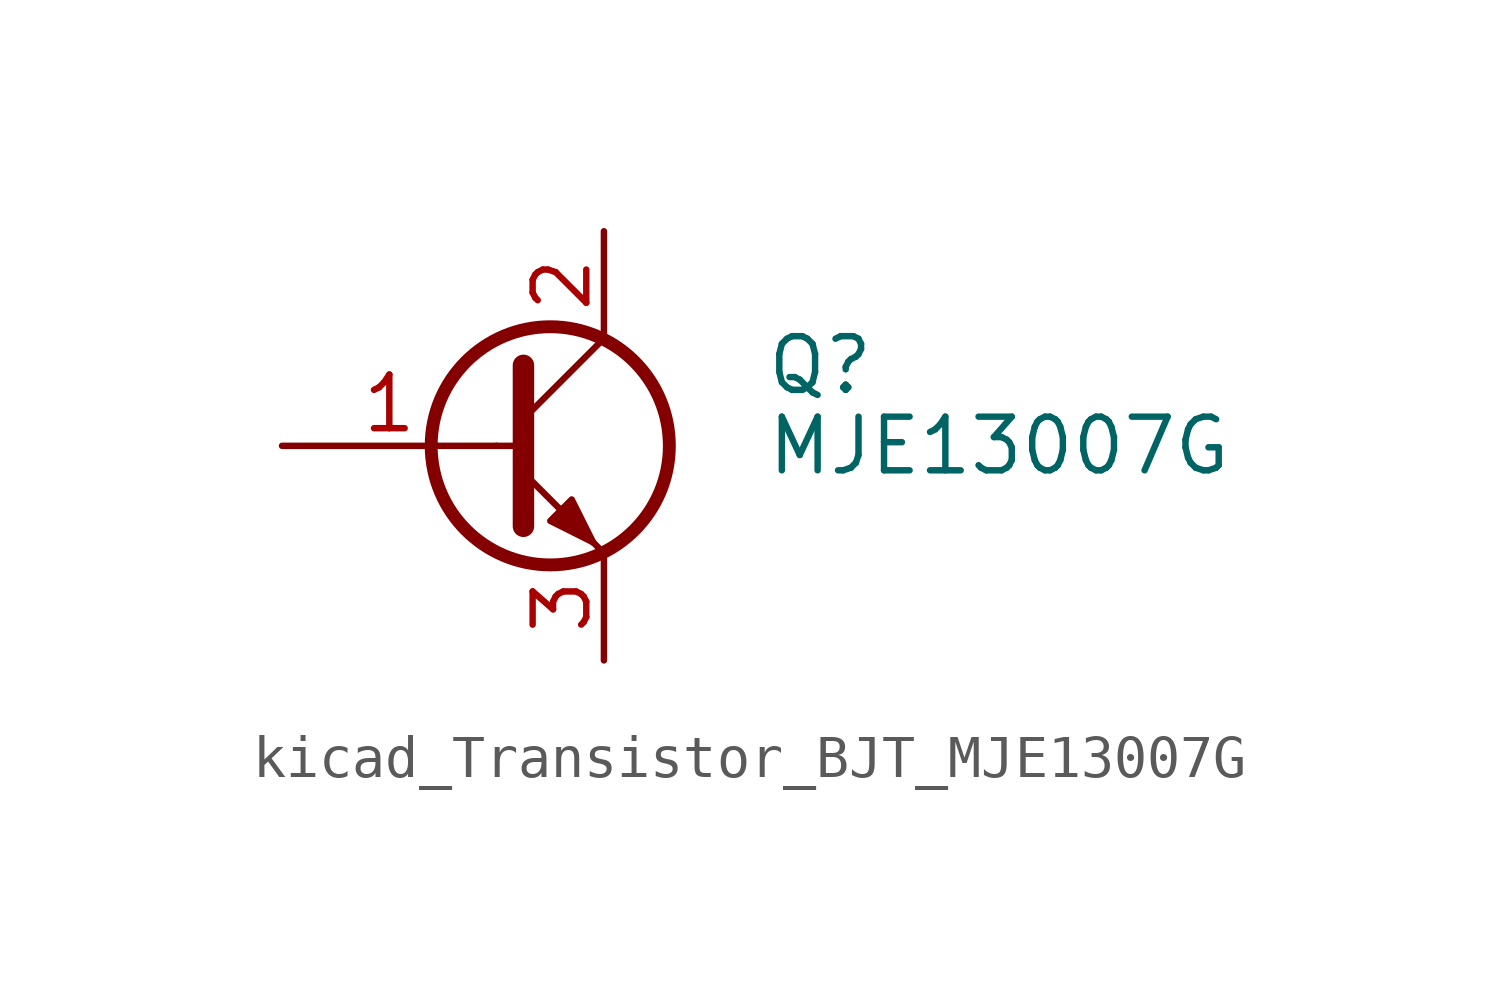
<source format=kicad_sym>
(kicad_symbol_lib
  (version 20220914)
  (generator kicad_symbol_editor)
  (symbol "kicad_Transistor_BJT_MJE13007G"
    (pin_names
      (offset 0) hide)
    (property "Reference" "Q"
      (at 6.35 1.905 0)
      (effects (font (size 1.27 1.27)) (justify left)))
    (property "Value" "MJE13007G"
      (at 6.35 0 0)
      (effects (font (size 1.27 1.27)) (justify left)))
    (symbol "kicad_Transistor_BJT_MJE13007G_0_1"
      (polyline (pts (xy 0 0) (xy 0.635 0)) (stroke (width 0) (type default)) (fill (type none)))
      (polyline (pts (xy 2.54 2.54) (xy 0.635 0.635)) (stroke (width 0) (type default)) (fill (type none)))
      (polyline (pts (xy 0.635 1.905) (xy 0.635 -1.905) (xy 0.635 -1.905)) (stroke (width 0.508) (type default)) (fill (type none)))
      (polyline (pts (xy 2.286 -2.286) (xy 1.778 -1.778) (xy 1.778 -1.778)) (stroke (width 0) (type default)) (fill (type none)))
      (polyline (pts (xy 2.54 -2.54) (xy 0.635 -0.635) (xy 1.27 -1.27)) (stroke (width 0) (type default)) (fill (type outline)))
      (polyline (pts (xy 1.27 -1.778) (xy 1.778 -1.27) (xy 2.286 -2.286) (xy 1.27 -1.778) (xy 1.27 -1.778)) (stroke (width 0) (type default)) (fill (type outline)))
      (circle (center 1.27 0) (radius 2.819) (stroke (width 0.305) (type default)) (fill (type none))))
    (symbol "kicad_Transistor_BJT_MJE13007G_1_1"
      (pin input line (at -5.08 0 0) (length 5.08) (name "B" (effects (font (size 1.27 1.27)))) (number "1" (effects (font (size 1.27 1.27)))))
      (pin passive line (at 2.54 5.08 270) (length 2.54) (name "C" (effects (font (size 1.27 1.27)))) (number "2" (effects (font (size 1.27 1.27)))))
      (pin passive line (at 2.54 -5.08 90) (length 2.54) (name "E" (effects (font (size 1.27 1.27)))) (number "3" (effects (font (size 1.27 1.27))))))))
</source>
